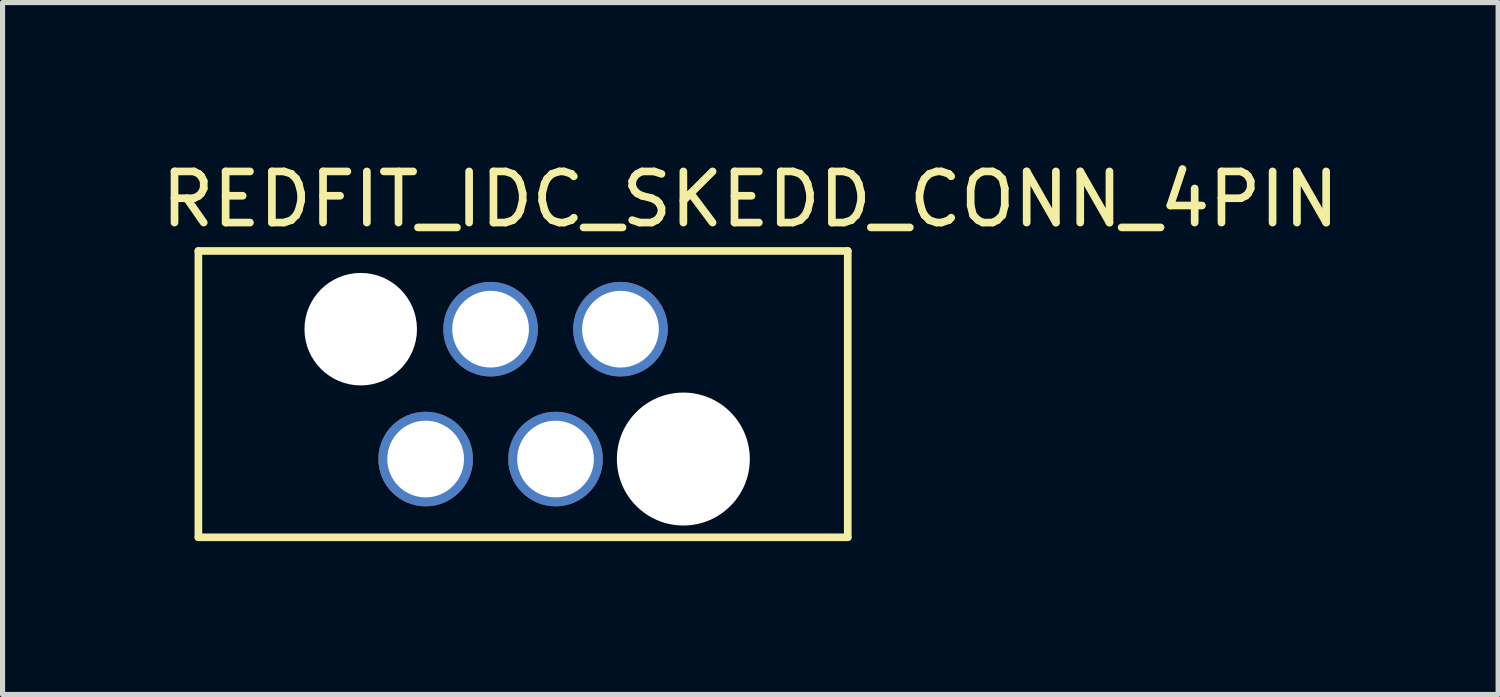
<source format=kicad_pcb>
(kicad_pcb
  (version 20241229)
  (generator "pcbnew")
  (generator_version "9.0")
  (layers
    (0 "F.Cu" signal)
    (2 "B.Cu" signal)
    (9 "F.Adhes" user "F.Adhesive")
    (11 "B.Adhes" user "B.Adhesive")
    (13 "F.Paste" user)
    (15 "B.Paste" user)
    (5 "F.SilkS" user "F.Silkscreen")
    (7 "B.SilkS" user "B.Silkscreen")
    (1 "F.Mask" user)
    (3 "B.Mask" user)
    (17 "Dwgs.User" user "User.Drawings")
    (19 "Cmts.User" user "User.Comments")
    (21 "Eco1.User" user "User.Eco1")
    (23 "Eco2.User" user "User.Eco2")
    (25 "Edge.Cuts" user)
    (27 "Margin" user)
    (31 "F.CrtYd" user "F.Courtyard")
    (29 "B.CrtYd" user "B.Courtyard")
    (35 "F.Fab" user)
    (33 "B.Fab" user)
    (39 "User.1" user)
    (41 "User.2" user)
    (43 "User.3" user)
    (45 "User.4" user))
  (footprint "REDFIT_IDC_SKEDD_CONN_4PIN"
    (layer "F.Cu")
    (at 7.18 4.658)
    (property "Reference" "REDFIT_IDC_SKEDD_CONN_4PIN" (at 4.445 -3.81 0) (layer "F.SilkS") (effects (font (size 1 1) (thickness 0.15))))
    (attr through_hole)
    (fp_line (start -6.35 -2.8) (end -6.35 2.8) (stroke (width 0.15) (type solid)) (layer "F.SilkS"))
    (fp_line (start -6.35 -2.8) (end 6.35 -2.8) (stroke (width 0.15) (type solid)) (layer "F.SilkS"))
    (fp_line (start 6.35 -2.8) (end 6.35 2.8) (stroke (width 0.15) (type solid)) (layer "F.SilkS"))
    (fp_line (start 6.35 2.8) (end -6.35 2.8) (stroke (width 0.15) (type solid)) (layer "F.SilkS"))
    (pad "" np_thru_hole circle (at -3.175 -1.27) (size 2.2 2.2) (drill 2.2) (layers "*.Cu" "*.Mask"))
    (pad "" np_thru_hole circle (at 3.135 1.27) (size 2.6 2.6) (drill 2.6) (layers "*.Cu" "*.Mask"))
    (pad "1" thru_hole circle (at -1.905 1.27) (size 1.85 1.85) (drill 1.5) (layers "*.Cu" "*.Mask"))
    (pad "2" thru_hole circle (at -0.635 -1.27) (size 1.85 1.85) (drill 1.5) (layers "*.Cu" "*.Mask"))
    (pad "3" thru_hole circle (at 0.635 1.27) (size 1.85 1.85) (drill 1.5) (layers "*.Cu" "*.Mask"))
    (pad "4" thru_hole circle (at 1.905 -1.27) (size 1.85 1.85) (drill 1.5) (layers "*.Cu" "*.Mask")))
  (gr_rect
    (start -3 -3)
    (end 26.25 10.533)
    (stroke (width 0.1) (type default))
    (fill no)
    (layer "Edge.Cuts")))
</source>
